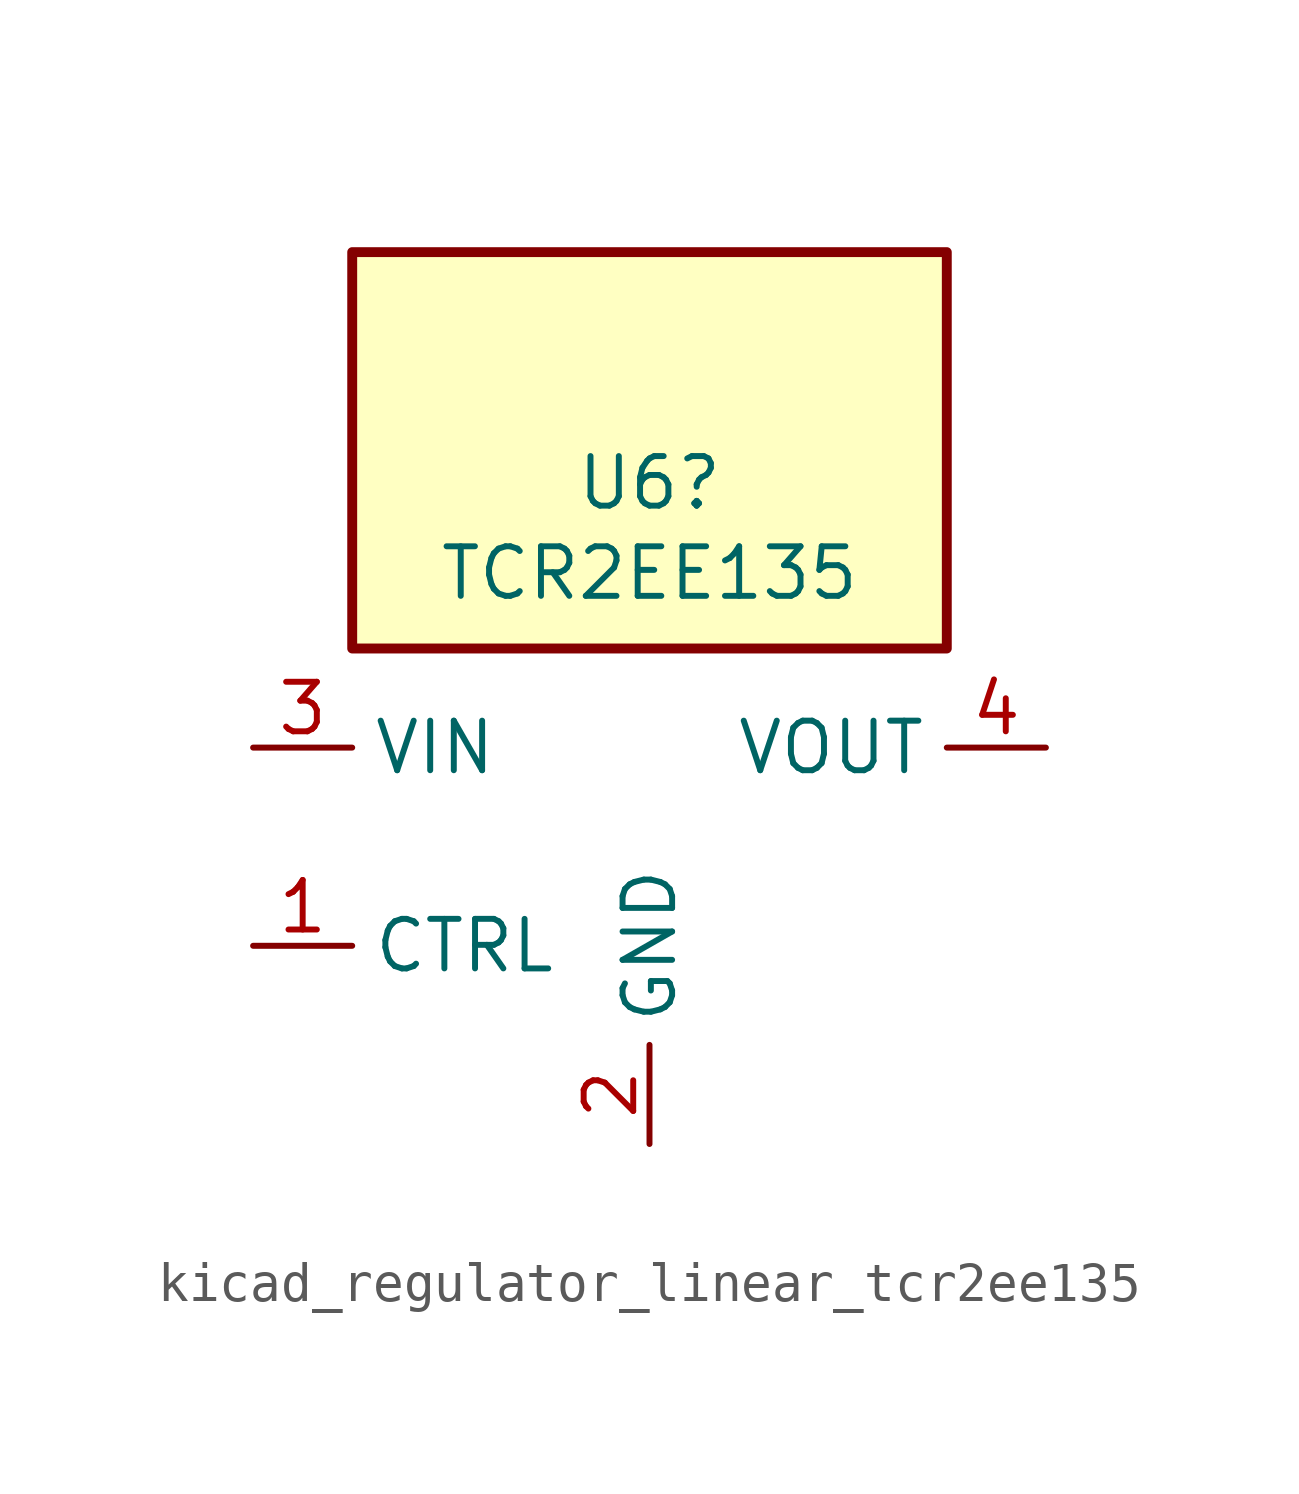
<source format=kicad_sym>
(kicad_symbol_lib
  (version 20220914)
  (generator kicad_symbol_editor)
  (symbol "kicad_regulator_linear_tcr2ee135"
    (property "Reference" "U6"
      (at 0 9.322 0)
      (effects (font (size 1.27 1.27))))
    (property "Value" "TCR2EE135"
      (at 0 7.01 0)
      (effects (font (size 1.27 1.27))))
    (symbol "kicad_regulator_linear_tcr2ee135_0_1"
      (rectangle (start 7.62 15.24) (end -7.62 5.08) (stroke (width 0.254) (type default)) (fill (type background))))
    (symbol "kicad_regulator_linear_tcr2ee135_1_1"
      (pin input line (at -10.16 -2.54 0) (length 2.54) (name "CTRL" (effects (font (size 1.27 1.27)))) (number "1" (effects (font (size 1.27 1.27)))))
      (pin power_in line (at 0 -7.62 90) (length 2.54) (name "GND" (effects (font (size 1.27 1.27)))) (number "2" (effects (font (size 1.27 1.27)))))
      (pin power_in line (at -10.16 2.54 0) (length 2.54) (name "VIN" (effects (font (size 1.27 1.27)))) (number "3" (effects (font (size 1.27 1.27)))))
      (pin power_out line (at 10.16 2.54 180) (length 2.54) (name "VOUT" (effects (font (size 1.27 1.27)))) (number "4" (effects (font (size 1.27 1.27)))))
      (pin no_connect line (at 7.62 -2.54 180) (length 2.54) hide (name "NC" (effects (font (size 1.27 1.27)))) (number "5" (effects (font (size 1.27 1.27))))))))
</source>
